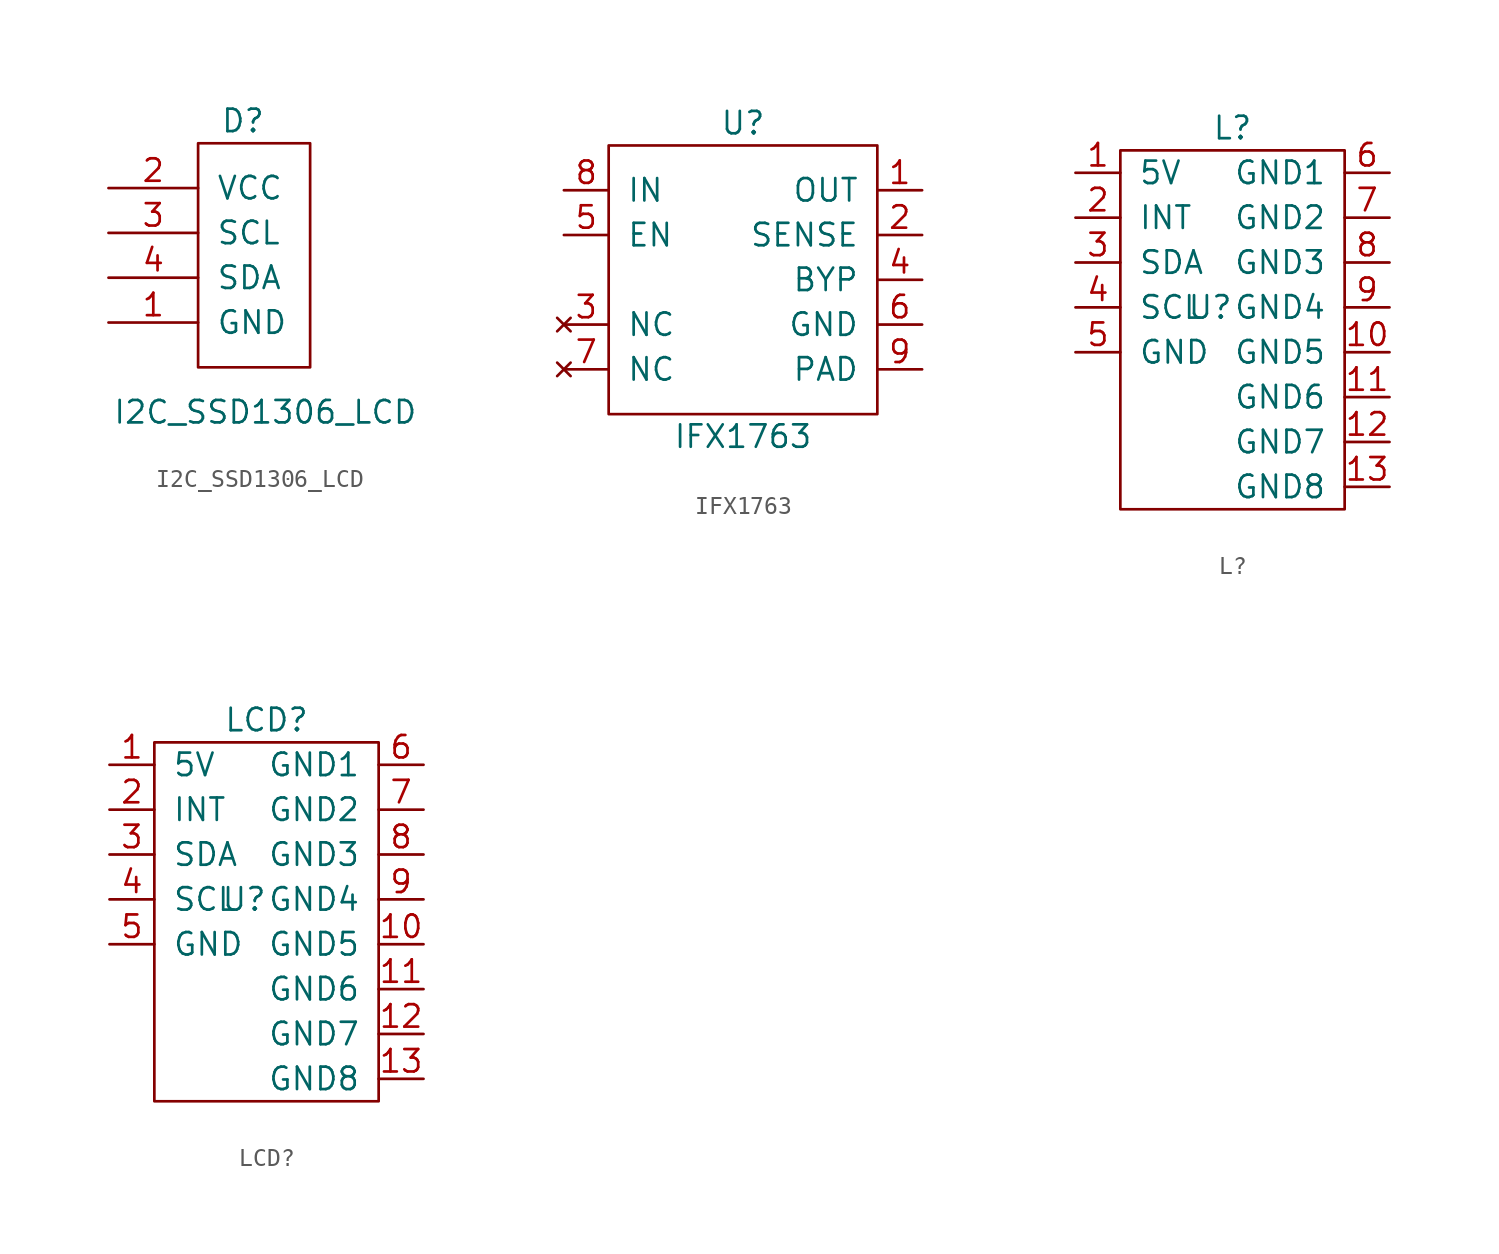
<source format=kicad_sym>
(kicad_symbol_lib
  (version 20211014)
  (generator kicad_symbol_editor)
  (symbol "I2C_SSD1306_LCD"
    (pin_names
      (offset 1.016))
    (property "Reference" "D"
      (at 2.54 3.81 0)
      (effects (font (size 1.27 1.27))))
    (property "Value" "I2C_SSD1306_LCD"
      (at 3.81 -12.7 0)
      (effects (font (size 1.27 1.27))))
    (symbol "I2C_SSD1306_LCD_0_1"
      (rectangle (start 0 2.54) (end 6.35 -10.16) (stroke (width 0) (type default) (color 0 0 0 0)) (fill (type none))))
    (symbol "I2C_SSD1306_LCD_1_1"
      (pin input line (at -5.08 -7.62 0) (length 5.08) (name "GND" (effects (font (size 1.27 1.27)))) (number "1" (effects (font (size 1.27 1.27)))))
      (pin input line (at -5.08 0 0) (length 5.08) (name "VCC" (effects (font (size 1.27 1.27)))) (number "2" (effects (font (size 1.27 1.27)))))
      (pin input line (at -5.08 -2.54 0) (length 5.08) (name "SCL" (effects (font (size 1.27 1.27)))) (number "3" (effects (font (size 1.27 1.27)))))
      (pin input line (at -5.08 -5.08 0) (length 5.08) (name "SDA" (effects (font (size 1.27 1.27)))) (number "4" (effects (font (size 1.27 1.27)))))))
  (symbol "IFX1763"
    (pin_names
      (offset 1.016))
    (property "Reference" "U"
      (at 0 1.27 0)
      (effects (font (size 1.27 1.27))))
    (property "Value" "IFX1763"
      (at 0 -16.51 0)
      (effects (font (size 1.27 1.27))))
    (symbol "IFX1763_0_1"
      (rectangle (start -7.62 0) (end 7.62 -15.24) (stroke (width 0) (type default) (color 0 0 0 0)) (fill (type none))))
    (symbol "IFX1763_1_1"
      (pin output line (at 10.16 -2.54 180) (length 2.54) (name "OUT" (effects (font (size 1.27 1.27)))) (number "1" (effects (font (size 1.27 1.27)))))
      (pin input line (at 10.16 -5.08 180) (length 2.54) (name "SENSE" (effects (font (size 1.27 1.27)))) (number "2" (effects (font (size 1.27 1.27)))))
      (pin no_connect line (at -10.16 -10.16 0) (length 2.54) (name "NC" (effects (font (size 1.27 1.27)))) (number "3" (effects (font (size 1.27 1.27)))))
      (pin input line (at 10.16 -7.62 180) (length 2.54) (name "BYP" (effects (font (size 1.27 1.27)))) (number "4" (effects (font (size 1.27 1.27)))))
      (pin input line (at -10.16 -5.08 0) (length 2.54) (name "EN" (effects (font (size 1.27 1.27)))) (number "5" (effects (font (size 1.27 1.27)))))
      (pin passive line (at 10.16 -10.16 180) (length 2.54) (name "GND" (effects (font (size 1.27 1.27)))) (number "6" (effects (font (size 1.27 1.27)))))
      (pin no_connect line (at -10.16 -12.7 0) (length 2.54) (name "NC" (effects (font (size 1.27 1.27)))) (number "7" (effects (font (size 1.27 1.27)))))
      (pin input line (at -10.16 -2.54 0) (length 2.54) (name "IN" (effects (font (size 1.27 1.27)))) (number "8" (effects (font (size 1.27 1.27)))))
      (pin input line (at 10.16 -12.7 180) (length 2.54) (name "PAD" (effects (font (size 1.27 1.27)))) (number "9" (effects (font (size 1.27 1.27)))))))
  (symbol "L?"
    (pin_names
      (offset 1.016))
    (property "Reference" "U"
      (at 7.62 -7.62 0)
      (effects (font (size 1.27 1.27))))
    (property "Value" "L?"
      (at 8.89 2.54 0)
      (effects (font (size 1.27 1.27))))
    (symbol "L?_0_1"
      (rectangle (start 15.24 1.27) (end 2.54 -19.05) (stroke (width 0) (type default) (color 0 0 0 0)) (fill (type none))))
    (symbol "L?_1_1"
      (pin input line (at 0 0 0) (length 2.54) (name "5V" (effects (font (size 1.27 1.27)))) (number "1" (effects (font (size 1.27 1.27)))))
      (pin input line (at 17.78 -10.16 180) (length 2.54) (name "GND5" (effects (font (size 1.27 1.27)))) (number "10" (effects (font (size 1.27 1.27)))))
      (pin input line (at 17.78 -12.7 180) (length 2.54) (name "GND6" (effects (font (size 1.27 1.27)))) (number "11" (effects (font (size 1.27 1.27)))))
      (pin input line (at 17.78 -15.24 180) (length 2.54) (name "GND7" (effects (font (size 1.27 1.27)))) (number "12" (effects (font (size 1.27 1.27)))))
      (pin input line (at 17.78 -17.78 180) (length 2.54) (name "GND8" (effects (font (size 1.27 1.27)))) (number "13" (effects (font (size 1.27 1.27)))))
      (pin input line (at 0 -2.54 0) (length 2.54) (name "INT" (effects (font (size 1.27 1.27)))) (number "2" (effects (font (size 1.27 1.27)))))
      (pin input line (at 0 -5.08 0) (length 2.54) (name "SDA" (effects (font (size 1.27 1.27)))) (number "3" (effects (font (size 1.27 1.27)))))
      (pin input line (at 0 -7.62 0) (length 2.54) (name "SCL" (effects (font (size 1.27 1.27)))) (number "4" (effects (font (size 1.27 1.27)))))
      (pin input line (at 0 -10.16 0) (length 2.54) (name "GND" (effects (font (size 1.27 1.27)))) (number "5" (effects (font (size 1.27 1.27)))))
      (pin input line (at 17.78 0 180) (length 2.54) (name "GND1" (effects (font (size 1.27 1.27)))) (number "6" (effects (font (size 1.27 1.27)))))
      (pin input line (at 17.78 -2.54 180) (length 2.54) (name "GND2" (effects (font (size 1.27 1.27)))) (number "7" (effects (font (size 1.27 1.27)))))
      (pin input line (at 17.78 -5.08 180) (length 2.54) (name "GND3" (effects (font (size 1.27 1.27)))) (number "8" (effects (font (size 1.27 1.27)))))
      (pin input line (at 17.78 -7.62 180) (length 2.54) (name "GND4" (effects (font (size 1.27 1.27)))) (number "9" (effects (font (size 1.27 1.27)))))))
  (symbol "LCD?"
    (pin_names
      (offset 1.016))
    (property "Reference" "U"
      (at 7.62 -7.62 0)
      (effects (font (size 1.27 1.27))))
    (property "Value" "LCD?"
      (at 8.89 2.54 0)
      (effects (font (size 1.27 1.27))))
    (symbol "LCD?_0_1"
      (rectangle (start 15.24 1.27) (end 2.54 -19.05) (stroke (width 0) (type default) (color 0 0 0 0)) (fill (type none))))
    (symbol "LCD?_1_1"
      (pin input line (at 0 0 0) (length 2.54) (name "5V" (effects (font (size 1.27 1.27)))) (number "1" (effects (font (size 1.27 1.27)))))
      (pin input line (at 17.78 -10.16 180) (length 2.54) (name "GND5" (effects (font (size 1.27 1.27)))) (number "10" (effects (font (size 1.27 1.27)))))
      (pin input line (at 17.78 -12.7 180) (length 2.54) (name "GND6" (effects (font (size 1.27 1.27)))) (number "11" (effects (font (size 1.27 1.27)))))
      (pin input line (at 17.78 -15.24 180) (length 2.54) (name "GND7" (effects (font (size 1.27 1.27)))) (number "12" (effects (font (size 1.27 1.27)))))
      (pin input line (at 17.78 -17.78 180) (length 2.54) (name "GND8" (effects (font (size 1.27 1.27)))) (number "13" (effects (font (size 1.27 1.27)))))
      (pin input line (at 0 -2.54 0) (length 2.54) (name "INT" (effects (font (size 1.27 1.27)))) (number "2" (effects (font (size 1.27 1.27)))))
      (pin input line (at 0 -5.08 0) (length 2.54) (name "SDA" (effects (font (size 1.27 1.27)))) (number "3" (effects (font (size 1.27 1.27)))))
      (pin input line (at 0 -7.62 0) (length 2.54) (name "SCL" (effects (font (size 1.27 1.27)))) (number "4" (effects (font (size 1.27 1.27)))))
      (pin input line (at 0 -10.16 0) (length 2.54) (name "GND" (effects (font (size 1.27 1.27)))) (number "5" (effects (font (size 1.27 1.27)))))
      (pin input line (at 17.78 0 180) (length 2.54) (name "GND1" (effects (font (size 1.27 1.27)))) (number "6" (effects (font (size 1.27 1.27)))))
      (pin input line (at 17.78 -2.54 180) (length 2.54) (name "GND2" (effects (font (size 1.27 1.27)))) (number "7" (effects (font (size 1.27 1.27)))))
      (pin input line (at 17.78 -5.08 180) (length 2.54) (name "GND3" (effects (font (size 1.27 1.27)))) (number "8" (effects (font (size 1.27 1.27)))))
      (pin input line (at 17.78 -7.62 180) (length 2.54) (name "GND4" (effects (font (size 1.27 1.27)))) (number "9" (effects (font (size 1.27 1.27))))))))
</source>
